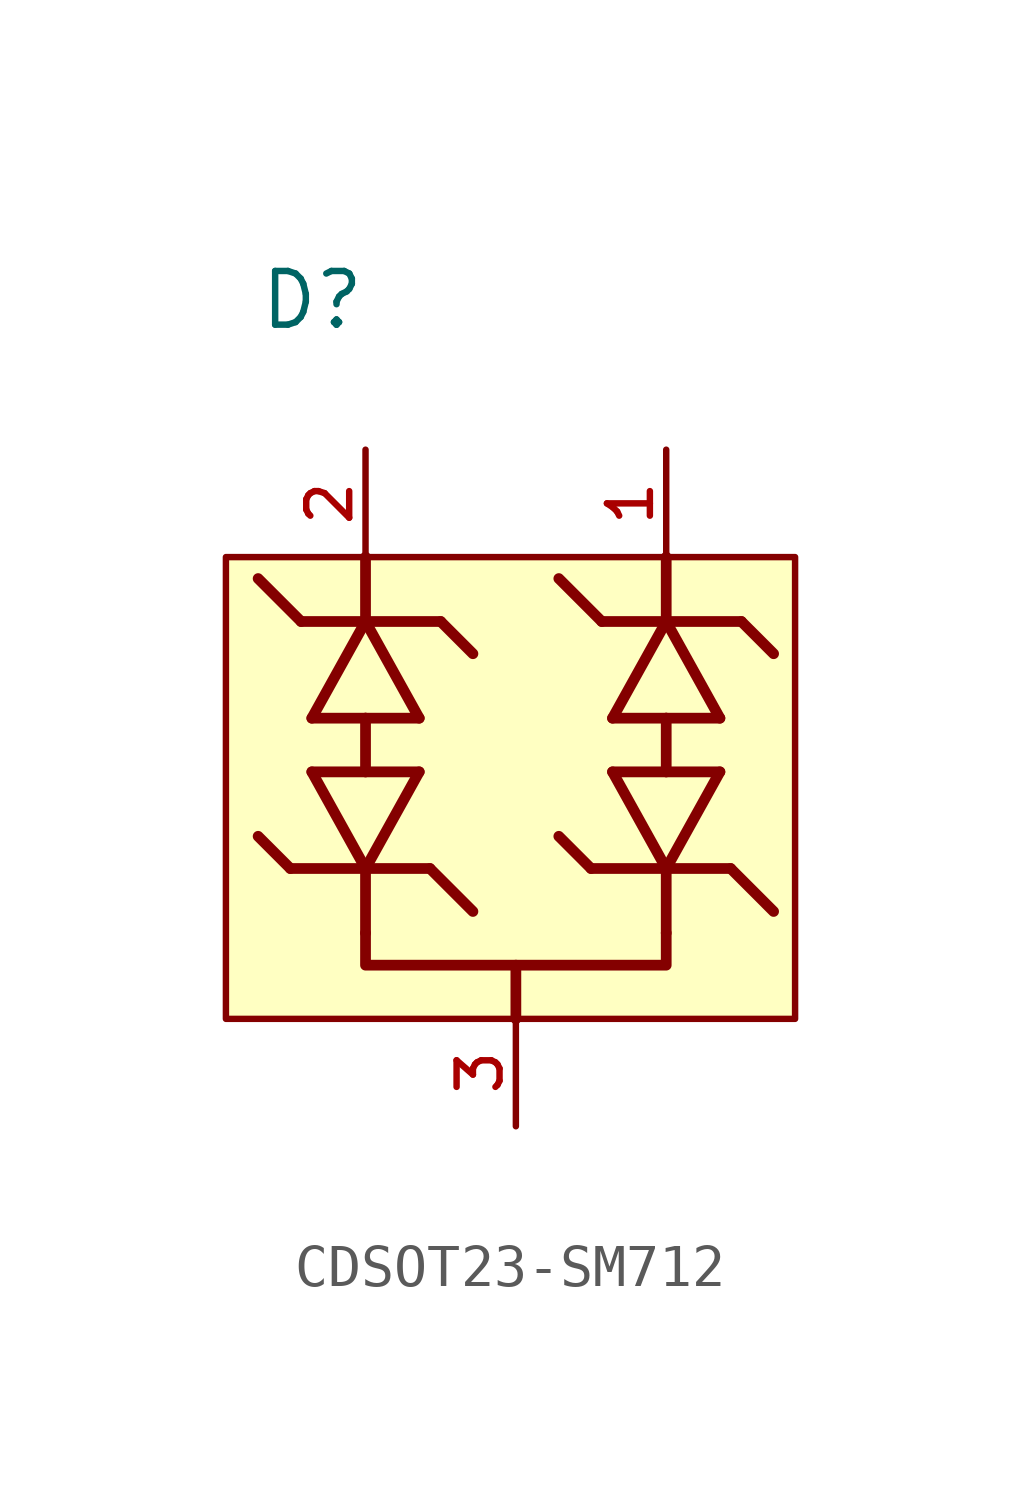
<source format=kicad_sym>
(kicad_symbol_lib
  (version 20220914)
  (generator kicad_symbol_editor)
  (symbol "CDSOT23-SM712"
    (pin_names
      (offset 1.016))
    (property "Reference" "D"
      (at -6.096 9.398 0)
      (effects (font (size 1.27 1.27)) (justify left bottom)))
    (symbol "CDSOT23-SM712_0_0"
      (polyline (pts (xy -5.334 -3.302) (xy -6.096 -2.54)) (stroke (width 0.254) (type default)) (fill (type none)))
      (polyline (pts (xy -5.334 -3.302) (xy -3.556 -3.302)) (stroke (width 0.254) (type default)) (fill (type none)))
      (polyline (pts (xy -5.08 2.54) (xy -6.096 3.556)) (stroke (width 0.254) (type default)) (fill (type none)))
      (polyline (pts (xy -4.826 -1.016) (xy -3.556 -1.016)) (stroke (width 0.254) (type default)) (fill (type none)))
      (polyline (pts (xy -4.826 0.254) (xy -3.556 2.54)) (stroke (width 0.254) (type default)) (fill (type none)))
      (polyline (pts (xy -3.556 -3.302) (xy -4.826 -1.016)) (stroke (width 0.254) (type default)) (fill (type none)))
      (polyline (pts (xy -3.556 -3.302) (xy -3.556 -4.826)) (stroke (width 0.254) (type default)) (fill (type none)))
      (polyline (pts (xy -3.556 -3.302) (xy -2.032 -3.302)) (stroke (width 0.254) (type default)) (fill (type none)))
      (polyline (pts (xy -3.556 -1.016) (xy -2.286 -1.016)) (stroke (width 0.254) (type default)) (fill (type none)))
      (polyline (pts (xy -3.556 0.254) (xy -4.826 0.254)) (stroke (width 0.254) (type default)) (fill (type none)))
      (polyline (pts (xy -3.556 2.54) (xy -5.08 2.54)) (stroke (width 0.254) (type default)) (fill (type none)))
      (polyline (pts (xy -3.556 2.54) (xy -3.556 4.064)) (stroke (width 0.254) (type default)) (fill (type none)))
      (polyline (pts (xy -3.556 2.54) (xy -2.286 0.254)) (stroke (width 0.254) (type default)) (fill (type none)))
      (polyline (pts (xy -2.286 -1.016) (xy -3.556 -3.302)) (stroke (width 0.254) (type default)) (fill (type none)))
      (polyline (pts (xy -2.286 0.254) (xy -3.556 0.254)) (stroke (width 0.254) (type default)) (fill (type none)))
      (polyline (pts (xy -2.032 -3.302) (xy -1.016 -4.318)) (stroke (width 0.254) (type default)) (fill (type none)))
      (polyline (pts (xy -1.778 2.54) (xy -3.556 2.54)) (stroke (width 0.254) (type default)) (fill (type none)))
      (polyline (pts (xy -1.778 2.54) (xy -1.016 1.778)) (stroke (width 0.254) (type default)) (fill (type none)))
      (polyline (pts (xy 1.778 -3.302) (xy 1.016 -2.54)) (stroke (width 0.254) (type default)) (fill (type none)))
      (polyline (pts (xy 1.778 -3.302) (xy 3.556 -3.302)) (stroke (width 0.254) (type default)) (fill (type none)))
      (polyline (pts (xy 2.032 2.54) (xy 1.016 3.556)) (stroke (width 0.254) (type default)) (fill (type none)))
      (polyline (pts (xy 2.286 -1.016) (xy 3.556 -1.016)) (stroke (width 0.254) (type default)) (fill (type none)))
      (polyline (pts (xy 2.286 0.254) (xy 3.556 2.54)) (stroke (width 0.254) (type default)) (fill (type none)))
      (polyline (pts (xy 3.556 -3.302) (xy 2.286 -1.016)) (stroke (width 0.254) (type default)) (fill (type none)))
      (polyline (pts (xy 3.556 -3.302) (xy 3.556 -4.826)) (stroke (width 0.254) (type default)) (fill (type none)))
      (polyline (pts (xy 3.556 -3.302) (xy 5.08 -3.302)) (stroke (width 0.254) (type default)) (fill (type none)))
      (polyline (pts (xy 3.556 -1.016) (xy 4.826 -1.016)) (stroke (width 0.254) (type default)) (fill (type none)))
      (polyline (pts (xy 3.556 0.254) (xy 2.286 0.254)) (stroke (width 0.254) (type default)) (fill (type none)))
      (polyline (pts (xy 3.556 2.54) (xy 2.032 2.54)) (stroke (width 0.254) (type default)) (fill (type none)))
      (polyline (pts (xy 3.556 2.54) (xy 3.556 4.064)) (stroke (width 0.254) (type default)) (fill (type none)))
      (polyline (pts (xy 3.556 2.54) (xy 4.826 0.254)) (stroke (width 0.254) (type default)) (fill (type none)))
      (polyline (pts (xy 4.826 -1.016) (xy 3.556 -3.302)) (stroke (width 0.254) (type default)) (fill (type none)))
      (polyline (pts (xy 4.826 0.254) (xy 3.556 0.254)) (stroke (width 0.254) (type default)) (fill (type none)))
      (polyline (pts (xy 5.08 -3.302) (xy 6.096 -4.318)) (stroke (width 0.254) (type default)) (fill (type none)))
      (polyline (pts (xy 5.334 2.54) (xy 3.556 2.54)) (stroke (width 0.254) (type default)) (fill (type none)))
      (polyline (pts (xy 5.334 2.54) (xy 6.096 1.778)) (stroke (width 0.254) (type default)) (fill (type none)))
      (pin passive line (at -3.556 6.604 270) (length 2.54) (name "~" (effects (font (size 1.016 1.016)))) (number "2" (effects (font (size 1.016 1.016))))))
    (symbol "CDSOT23-SM712_1_0"
      (pin passive line (at 3.556 6.604 270) (length 2.54) (name "~" (effects (font (size 1.016 1.016)))) (number "1" (effects (font (size 1.016 1.016)))))
      (pin passive line (at 0 -9.398 90) (length 2.54) (name "~" (effects (font (size 1.016 1.016)))) (number "3" (effects (font (size 1.016 1.016))))))
    (symbol "CDSOT23-SM712_1_1"
      (rectangle (start -6.858 4.064) (end 6.604 -6.858) (stroke (width 0) (type default)) (fill (type background)))
      (polyline (pts (xy -3.556 0.254) (xy -3.556 -1.016)) (stroke (width 0.254) (type default)) (fill (type none)))
      (polyline (pts (xy 0 -5.588) (xy 0 -6.858)) (stroke (width 0.254) (type default)) (fill (type none)))
      (polyline (pts (xy 3.556 0.254) (xy 3.556 -1.016)) (stroke (width 0.254) (type default)) (fill (type none)))
      (polyline (pts (xy -3.556 -4.826) (xy -3.556 -5.588) (xy 3.556 -5.588) (xy 3.556 -4.826)) (stroke (width 0.254) (type default)) (fill (type none))))))
</source>
